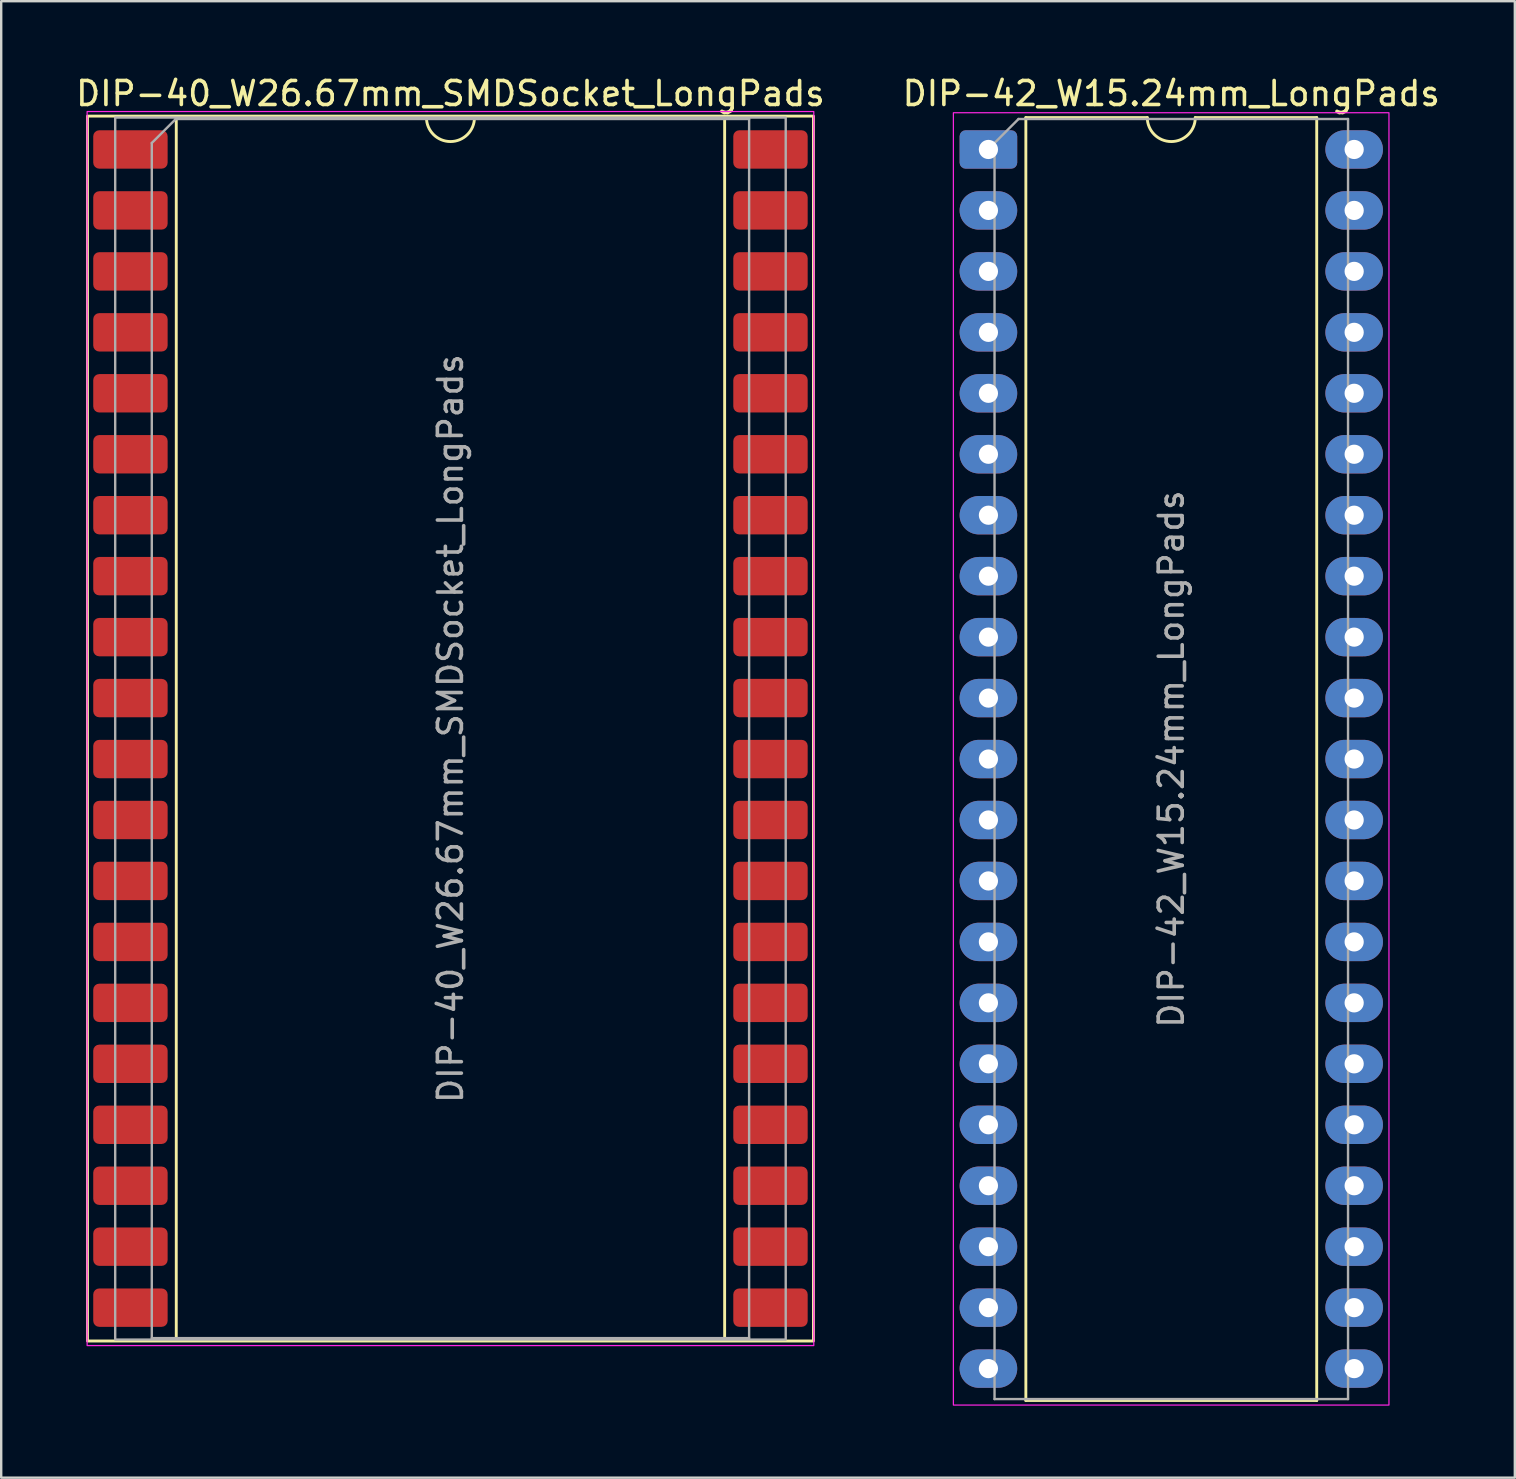
<source format=kicad_pcb>
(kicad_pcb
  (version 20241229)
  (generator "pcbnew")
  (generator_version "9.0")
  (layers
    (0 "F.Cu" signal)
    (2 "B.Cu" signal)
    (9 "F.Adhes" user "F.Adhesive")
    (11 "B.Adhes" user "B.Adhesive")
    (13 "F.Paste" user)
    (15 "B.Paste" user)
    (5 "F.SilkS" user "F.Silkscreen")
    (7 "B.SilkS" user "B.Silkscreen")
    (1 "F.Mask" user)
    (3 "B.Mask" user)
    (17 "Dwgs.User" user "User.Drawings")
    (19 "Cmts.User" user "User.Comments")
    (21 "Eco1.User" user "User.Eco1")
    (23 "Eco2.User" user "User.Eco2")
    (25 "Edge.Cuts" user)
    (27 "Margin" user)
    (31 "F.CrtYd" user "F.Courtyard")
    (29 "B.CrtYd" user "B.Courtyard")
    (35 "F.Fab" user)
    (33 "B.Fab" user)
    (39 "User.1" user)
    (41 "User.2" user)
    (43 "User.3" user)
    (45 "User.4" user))
  (footprint "DIP-40_W26.67mm_SMDSocket_LongPads"
    (layer "F.Cu")
    (at 15.72 27.308)
    (property "Reference" "DIP-40_W26.67mm_SMDSocket_LongPads" (at 0 -26.46 0) (layer "F.SilkS") (effects (font (size 1 1) (thickness 0.15))))
    (attr smd)
    (fp_line (start -11.425 -25.46) (end -11.425 25.46) (stroke (width 0.12) (type solid)) (layer "F.SilkS"))
    (fp_line (start -11.425 25.46) (end 11.425 25.46) (stroke (width 0.12) (type solid)) (layer "F.SilkS"))
    (fp_line (start -1 -25.46) (end -11.425 -25.46) (stroke (width 0.12) (type solid)) (layer "F.SilkS"))
    (fp_line (start 11.425 -25.46) (end 1 -25.46) (stroke (width 0.12) (type solid)) (layer "F.SilkS"))
    (fp_line (start 11.425 25.46) (end 11.425 -25.46) (stroke (width 0.12) (type solid)) (layer "F.SilkS"))
    (fp_rect (start -15.125 -25.52) (end 15.125 25.52) (stroke (width 0.12) (type solid)) (fill no) (layer "F.SilkS"))
    (fp_arc (start 1 -25.46) (mid 0 -24.46) (end -1 -25.46) (stroke (width 0.12) (type solid)) (layer "F.SilkS"))
    (fp_rect (start -15.14 -25.71) (end 15.14 25.71) (stroke (width 0.05) (type solid)) (fill no) (layer "F.CrtYd"))
    (fp_line (start -12.445 -24.4) (end -11.445 -25.4) (stroke (width 0.1) (type solid)) (layer "F.Fab"))
    (fp_line (start -12.445 25.4) (end -12.445 -24.4) (stroke (width 0.1) (type solid)) (layer "F.Fab"))
    (fp_line (start -11.445 -25.4) (end 12.445 -25.4) (stroke (width 0.1) (type solid)) (layer "F.Fab"))
    (fp_line (start 12.445 -25.4) (end 12.445 25.4) (stroke (width 0.1) (type solid)) (layer "F.Fab"))
    (fp_line (start 12.445 25.4) (end -12.445 25.4) (stroke (width 0.1) (type solid)) (layer "F.Fab"))
    (fp_rect (start -13.97 -25.46) (end 13.97 25.46) (stroke (width 0.1) (type solid)) (fill no) (layer "F.Fab"))
    (fp_text user "${REFERENCE}" (at 0 0 90) (layer "F.Fab") (effects (font (size 1 1) (thickness 0.15))))
    (pad "1" smd roundrect (at -13.335 -24.13) (size 3.1 1.6) (layers "F.Cu" "F.Mask" "F.Paste") (roundrect_rratio 0.156))
    (pad "2" smd roundrect (at -13.335 -21.59) (size 3.1 1.6) (layers "F.Cu" "F.Mask" "F.Paste") (roundrect_rratio 0.156))
    (pad "3" smd roundrect (at -13.335 -19.05) (size 3.1 1.6) (layers "F.Cu" "F.Mask" "F.Paste") (roundrect_rratio 0.156))
    (pad "4" smd roundrect (at -13.335 -16.51) (size 3.1 1.6) (layers "F.Cu" "F.Mask" "F.Paste") (roundrect_rratio 0.156))
    (pad "5" smd roundrect (at -13.335 -13.97) (size 3.1 1.6) (layers "F.Cu" "F.Mask" "F.Paste") (roundrect_rratio 0.156))
    (pad "6" smd roundrect (at -13.335 -11.43) (size 3.1 1.6) (layers "F.Cu" "F.Mask" "F.Paste") (roundrect_rratio 0.156))
    (pad "7" smd roundrect (at -13.335 -8.89) (size 3.1 1.6) (layers "F.Cu" "F.Mask" "F.Paste") (roundrect_rratio 0.156))
    (pad "8" smd roundrect (at -13.335 -6.35) (size 3.1 1.6) (layers "F.Cu" "F.Mask" "F.Paste") (roundrect_rratio 0.156))
    (pad "9" smd roundrect (at -13.335 -3.81) (size 3.1 1.6) (layers "F.Cu" "F.Mask" "F.Paste") (roundrect_rratio 0.156))
    (pad "10" smd roundrect (at -13.335 -1.27) (size 3.1 1.6) (layers "F.Cu" "F.Mask" "F.Paste") (roundrect_rratio 0.156))
    (pad "11" smd roundrect (at -13.335 1.27) (size 3.1 1.6) (layers "F.Cu" "F.Mask" "F.Paste") (roundrect_rratio 0.156))
    (pad "12" smd roundrect (at -13.335 3.81) (size 3.1 1.6) (layers "F.Cu" "F.Mask" "F.Paste") (roundrect_rratio 0.156))
    (pad "13" smd roundrect (at -13.335 6.35) (size 3.1 1.6) (layers "F.Cu" "F.Mask" "F.Paste") (roundrect_rratio 0.156))
    (pad "14" smd roundrect (at -13.335 8.89) (size 3.1 1.6) (layers "F.Cu" "F.Mask" "F.Paste") (roundrect_rratio 0.156))
    (pad "15" smd roundrect (at -13.335 11.43) (size 3.1 1.6) (layers "F.Cu" "F.Mask" "F.Paste") (roundrect_rratio 0.156))
    (pad "16" smd roundrect (at -13.335 13.97) (size 3.1 1.6) (layers "F.Cu" "F.Mask" "F.Paste") (roundrect_rratio 0.156))
    (pad "17" smd roundrect (at -13.335 16.51) (size 3.1 1.6) (layers "F.Cu" "F.Mask" "F.Paste") (roundrect_rratio 0.156))
    (pad "18" smd roundrect (at -13.335 19.05) (size 3.1 1.6) (layers "F.Cu" "F.Mask" "F.Paste") (roundrect_rratio 0.156))
    (pad "19" smd roundrect (at -13.335 21.59) (size 3.1 1.6) (layers "F.Cu" "F.Mask" "F.Paste") (roundrect_rratio 0.156))
    (pad "20" smd roundrect (at -13.335 24.13) (size 3.1 1.6) (layers "F.Cu" "F.Mask" "F.Paste") (roundrect_rratio 0.156))
    (pad "21" smd roundrect (at 13.335 24.13) (size 3.1 1.6) (layers "F.Cu" "F.Mask" "F.Paste") (roundrect_rratio 0.156))
    (pad "22" smd roundrect (at 13.335 21.59) (size 3.1 1.6) (layers "F.Cu" "F.Mask" "F.Paste") (roundrect_rratio 0.156))
    (pad "23" smd roundrect (at 13.335 19.05) (size 3.1 1.6) (layers "F.Cu" "F.Mask" "F.Paste") (roundrect_rratio 0.156))
    (pad "24" smd roundrect (at 13.335 16.51) (size 3.1 1.6) (layers "F.Cu" "F.Mask" "F.Paste") (roundrect_rratio 0.156))
    (pad "25" smd roundrect (at 13.335 13.97) (size 3.1 1.6) (layers "F.Cu" "F.Mask" "F.Paste") (roundrect_rratio 0.156))
    (pad "26" smd roundrect (at 13.335 11.43) (size 3.1 1.6) (layers "F.Cu" "F.Mask" "F.Paste") (roundrect_rratio 0.156))
    (pad "27" smd roundrect (at 13.335 8.89) (size 3.1 1.6) (layers "F.Cu" "F.Mask" "F.Paste") (roundrect_rratio 0.156))
    (pad "28" smd roundrect (at 13.335 6.35) (size 3.1 1.6) (layers "F.Cu" "F.Mask" "F.Paste") (roundrect_rratio 0.156))
    (pad "29" smd roundrect (at 13.335 3.81) (size 3.1 1.6) (layers "F.Cu" "F.Mask" "F.Paste") (roundrect_rratio 0.156))
    (pad "30" smd roundrect (at 13.335 1.27) (size 3.1 1.6) (layers "F.Cu" "F.Mask" "F.Paste") (roundrect_rratio 0.156))
    (pad "31" smd roundrect (at 13.335 -1.27) (size 3.1 1.6) (layers "F.Cu" "F.Mask" "F.Paste") (roundrect_rratio 0.156))
    (pad "32" smd roundrect (at 13.335 -3.81) (size 3.1 1.6) (layers "F.Cu" "F.Mask" "F.Paste") (roundrect_rratio 0.156))
    (pad "33" smd roundrect (at 13.335 -6.35) (size 3.1 1.6) (layers "F.Cu" "F.Mask" "F.Paste") (roundrect_rratio 0.156))
    (pad "34" smd roundrect (at 13.335 -8.89) (size 3.1 1.6) (layers "F.Cu" "F.Mask" "F.Paste") (roundrect_rratio 0.156))
    (pad "35" smd roundrect (at 13.335 -11.43) (size 3.1 1.6) (layers "F.Cu" "F.Mask" "F.Paste") (roundrect_rratio 0.156))
    (pad "36" smd roundrect (at 13.335 -13.97) (size 3.1 1.6) (layers "F.Cu" "F.Mask" "F.Paste") (roundrect_rratio 0.156))
    (pad "37" smd roundrect (at 13.335 -16.51) (size 3.1 1.6) (layers "F.Cu" "F.Mask" "F.Paste") (roundrect_rratio 0.156))
    (pad "38" smd roundrect (at 13.335 -19.05) (size 3.1 1.6) (layers "F.Cu" "F.Mask" "F.Paste") (roundrect_rratio 0.156))
    (pad "39" smd roundrect (at 13.335 -21.59) (size 3.1 1.6) (layers "F.Cu" "F.Mask" "F.Paste") (roundrect_rratio 0.156))
    (pad "40" smd roundrect (at 13.335 -24.13) (size 3.1 1.6) (layers "F.Cu" "F.Mask" "F.Paste") (roundrect_rratio 0.156)))
  (footprint "DIP-42_W15.24mm_LongPads"
    (layer "F.Cu")
    (at 38.136 3.178)
    (property "Reference" "DIP-42_W15.24mm_LongPads" (at 7.62 -2.33 0) (layer "F.SilkS") (effects (font (size 1 1) (thickness 0.15))))
    (attr through_hole)
    (fp_line (start 1.56 -1.33) (end 1.56 52.13) (stroke (width 0.12) (type solid)) (layer "F.SilkS"))
    (fp_line (start 1.56 52.13) (end 13.68 52.13) (stroke (width 0.12) (type solid)) (layer "F.SilkS"))
    (fp_line (start 6.62 -1.33) (end 1.56 -1.33) (stroke (width 0.12) (type solid)) (layer "F.SilkS"))
    (fp_line (start 13.68 -1.33) (end 8.62 -1.33) (stroke (width 0.12) (type solid)) (layer "F.SilkS"))
    (fp_line (start 13.68 52.13) (end 13.68 -1.33) (stroke (width 0.12) (type solid)) (layer "F.SilkS"))
    (fp_arc (start 8.62 -1.33) (mid 7.62 -0.33) (end 6.62 -1.33) (stroke (width 0.12) (type solid)) (layer "F.SilkS"))
    (fp_rect (start -1.46 -1.53) (end 16.69 52.32) (stroke (width 0.05) (type solid)) (fill no) (layer "F.CrtYd"))
    (fp_line (start 0.255 -0.27) (end 1.255 -1.27) (stroke (width 0.1) (type solid)) (layer "F.Fab"))
    (fp_line (start 0.255 52.07) (end 0.255 -0.27) (stroke (width 0.1) (type solid)) (layer "F.Fab"))
    (fp_line (start 1.255 -1.27) (end 14.985 -1.27) (stroke (width 0.1) (type solid)) (layer "F.Fab"))
    (fp_line (start 14.985 -1.27) (end 14.985 52.07) (stroke (width 0.1) (type solid)) (layer "F.Fab"))
    (fp_line (start 14.985 52.07) (end 0.255 52.07) (stroke (width 0.1) (type solid)) (layer "F.Fab"))
    (fp_text user "${REFERENCE}" (at 7.62 25.4 90) (layer "F.Fab") (effects (font (size 1 1) (thickness 0.15))))
    (pad "1" thru_hole roundrect (at 0 0) (size 2.4 1.6) (drill 0.8) (layers "*.Cu" "*.Mask") (roundrect_rratio 0.156))
    (pad "2" thru_hole oval (at 0 2.54) (size 2.4 1.6) (drill 0.8) (layers "*.Cu" "*.Mask"))
    (pad "3" thru_hole oval (at 0 5.08) (size 2.4 1.6) (drill 0.8) (layers "*.Cu" "*.Mask"))
    (pad "4" thru_hole oval (at 0 7.62) (size 2.4 1.6) (drill 0.8) (layers "*.Cu" "*.Mask"))
    (pad "5" thru_hole oval (at 0 10.16) (size 2.4 1.6) (drill 0.8) (layers "*.Cu" "*.Mask"))
    (pad "6" thru_hole oval (at 0 12.7) (size 2.4 1.6) (drill 0.8) (layers "*.Cu" "*.Mask"))
    (pad "7" thru_hole oval (at 0 15.24) (size 2.4 1.6) (drill 0.8) (layers "*.Cu" "*.Mask"))
    (pad "8" thru_hole oval (at 0 17.78) (size 2.4 1.6) (drill 0.8) (layers "*.Cu" "*.Mask"))
    (pad "9" thru_hole oval (at 0 20.32) (size 2.4 1.6) (drill 0.8) (layers "*.Cu" "*.Mask"))
    (pad "10" thru_hole oval (at 0 22.86) (size 2.4 1.6) (drill 0.8) (layers "*.Cu" "*.Mask"))
    (pad "11" thru_hole oval (at 0 25.4) (size 2.4 1.6) (drill 0.8) (layers "*.Cu" "*.Mask"))
    (pad "12" thru_hole oval (at 0 27.94) (size 2.4 1.6) (drill 0.8) (layers "*.Cu" "*.Mask"))
    (pad "13" thru_hole oval (at 0 30.48) (size 2.4 1.6) (drill 0.8) (layers "*.Cu" "*.Mask"))
    (pad "14" thru_hole oval (at 0 33.02) (size 2.4 1.6) (drill 0.8) (layers "*.Cu" "*.Mask"))
    (pad "15" thru_hole oval (at 0 35.56) (size 2.4 1.6) (drill 0.8) (layers "*.Cu" "*.Mask"))
    (pad "16" thru_hole oval (at 0 38.1) (size 2.4 1.6) (drill 0.8) (layers "*.Cu" "*.Mask"))
    (pad "17" thru_hole oval (at 0 40.64) (size 2.4 1.6) (drill 0.8) (layers "*.Cu" "*.Mask"))
    (pad "18" thru_hole oval (at 0 43.18) (size 2.4 1.6) (drill 0.8) (layers "*.Cu" "*.Mask"))
    (pad "19" thru_hole oval (at 0 45.72) (size 2.4 1.6) (drill 0.8) (layers "*.Cu" "*.Mask"))
    (pad "20" thru_hole oval (at 0 48.26) (size 2.4 1.6) (drill 0.8) (layers "*.Cu" "*.Mask"))
    (pad "21" thru_hole oval (at 0 50.8) (size 2.4 1.6) (drill 0.8) (layers "*.Cu" "*.Mask"))
    (pad "22" thru_hole oval (at 15.24 50.8) (size 2.4 1.6) (drill 0.8) (layers "*.Cu" "*.Mask"))
    (pad "23" thru_hole oval (at 15.24 48.26) (size 2.4 1.6) (drill 0.8) (layers "*.Cu" "*.Mask"))
    (pad "24" thru_hole oval (at 15.24 45.72) (size 2.4 1.6) (drill 0.8) (layers "*.Cu" "*.Mask"))
    (pad "25" thru_hole oval (at 15.24 43.18) (size 2.4 1.6) (drill 0.8) (layers "*.Cu" "*.Mask"))
    (pad "26" thru_hole oval (at 15.24 40.64) (size 2.4 1.6) (drill 0.8) (layers "*.Cu" "*.Mask"))
    (pad "27" thru_hole oval (at 15.24 38.1) (size 2.4 1.6) (drill 0.8) (layers "*.Cu" "*.Mask"))
    (pad "28" thru_hole oval (at 15.24 35.56) (size 2.4 1.6) (drill 0.8) (layers "*.Cu" "*.Mask"))
    (pad "29" thru_hole oval (at 15.24 33.02) (size 2.4 1.6) (drill 0.8) (layers "*.Cu" "*.Mask"))
    (pad "30" thru_hole oval (at 15.24 30.48) (size 2.4 1.6) (drill 0.8) (layers "*.Cu" "*.Mask"))
    (pad "31" thru_hole oval (at 15.24 27.94) (size 2.4 1.6) (drill 0.8) (layers "*.Cu" "*.Mask"))
    (pad "32" thru_hole oval (at 15.24 25.4) (size 2.4 1.6) (drill 0.8) (layers "*.Cu" "*.Mask"))
    (pad "33" thru_hole oval (at 15.24 22.86) (size 2.4 1.6) (drill 0.8) (layers "*.Cu" "*.Mask"))
    (pad "34" thru_hole oval (at 15.24 20.32) (size 2.4 1.6) (drill 0.8) (layers "*.Cu" "*.Mask"))
    (pad "35" thru_hole oval (at 15.24 17.78) (size 2.4 1.6) (drill 0.8) (layers "*.Cu" "*.Mask"))
    (pad "36" thru_hole oval (at 15.24 15.24) (size 2.4 1.6) (drill 0.8) (layers "*.Cu" "*.Mask"))
    (pad "37" thru_hole oval (at 15.24 12.7) (size 2.4 1.6) (drill 0.8) (layers "*.Cu" "*.Mask"))
    (pad "38" thru_hole oval (at 15.24 10.16) (size 2.4 1.6) (drill 0.8) (layers "*.Cu" "*.Mask"))
    (pad "39" thru_hole oval (at 15.24 7.62) (size 2.4 1.6) (drill 0.8) (layers "*.Cu" "*.Mask"))
    (pad "40" thru_hole oval (at 15.24 5.08) (size 2.4 1.6) (drill 0.8) (layers "*.Cu" "*.Mask"))
    (pad "41" thru_hole oval (at 15.24 2.54) (size 2.4 1.6) (drill 0.8) (layers "*.Cu" "*.Mask"))
    (pad "42" thru_hole oval (at 15.24 0) (size 2.4 1.6) (drill 0.8) (layers "*.Cu" "*.Mask")))
  (gr_rect
    (start -3 -3)
    (end 60.071 58.523)
    (stroke (width 0.1) (type default))
    (fill no)
    (layer "Edge.Cuts")))
</source>
